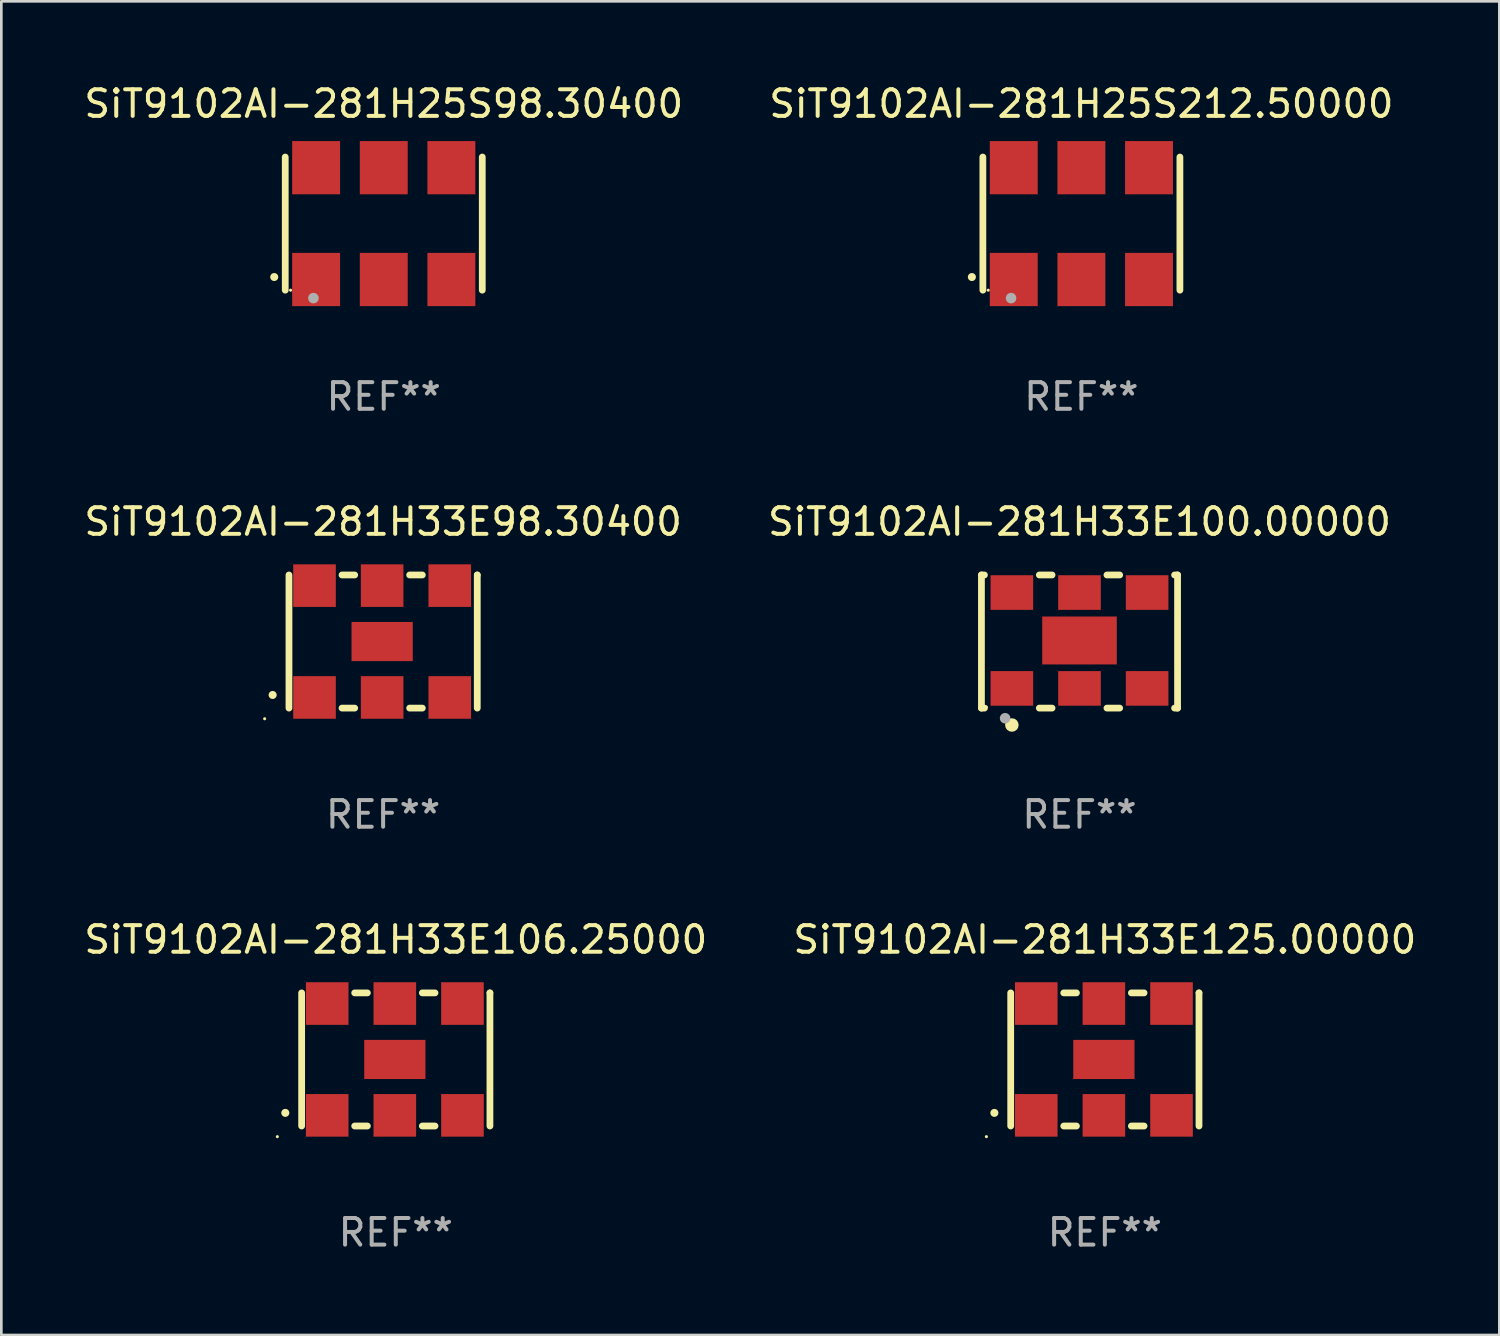
<source format=kicad_pcb>
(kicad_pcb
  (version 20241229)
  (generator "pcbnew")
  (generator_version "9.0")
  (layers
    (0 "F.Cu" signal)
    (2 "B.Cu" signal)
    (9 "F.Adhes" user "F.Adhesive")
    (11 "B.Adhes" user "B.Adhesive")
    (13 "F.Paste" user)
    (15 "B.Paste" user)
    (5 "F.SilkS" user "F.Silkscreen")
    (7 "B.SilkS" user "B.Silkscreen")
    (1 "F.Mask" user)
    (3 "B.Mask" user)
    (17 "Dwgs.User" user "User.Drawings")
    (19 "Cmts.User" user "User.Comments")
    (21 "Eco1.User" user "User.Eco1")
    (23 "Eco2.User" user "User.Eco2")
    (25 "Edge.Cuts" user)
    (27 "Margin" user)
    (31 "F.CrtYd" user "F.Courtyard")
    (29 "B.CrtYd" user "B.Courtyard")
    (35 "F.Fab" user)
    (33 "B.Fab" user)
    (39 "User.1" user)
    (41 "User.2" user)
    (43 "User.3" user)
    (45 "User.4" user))
  (footprint "SiT9102AI-281H33E125.00000"
    (layer "F.Cu")
    (at 38.446 36.741)
    (property "Reference" "SiT9102AI-281H33E125.00000" (at 0 -4.5 0) (layer "F.SilkS") (effects (font (size 1 1) (thickness 0.15))))
    (attr through_hole)
    (fp_line (start -3.536 -2.5) (end -3.536 2.5) (stroke (width 0.254) (type solid)) (layer "F.SilkS"))
    (fp_line (start -1.544 2.5) (end -1.067 2.5) (stroke (width 0.254) (type solid)) (layer "F.SilkS"))
    (fp_line (start -1.067 -2.5) (end -1.544 -2.5) (stroke (width 0.254) (type solid)) (layer "F.SilkS"))
    (fp_line (start 0.996 2.5) (end 1.473 2.5) (stroke (width 0.254) (type solid)) (layer "F.SilkS"))
    (fp_line (start 1.473 -2.5) (end 0.996 -2.5) (stroke (width 0.254) (type solid)) (layer "F.SilkS"))
    (fp_line (start 3.536 -2.5) (end 3.536 -2.5) (stroke (width 0.254) (type solid)) (layer "F.SilkS"))
    (fp_line (start 3.536 2.5) (end 3.536 -2.5) (stroke (width 0.254) (type solid)) (layer "F.SilkS"))
    (fp_arc (start -4.150432 2.006604) (mid -4.149162 2.006599) (end -4.147892 2.006604) (stroke (width 0.3) (type solid)) (layer "F.SilkS"))
    (fp_circle (center -4.449 2.9) (end -4.419 2.9) (stroke (width 0.06) (type solid)) (fill no) (layer "F.SilkS"))
    (fp_text user "REF**" (at 0 6.5 0) (layer "F.Fab") (effects (font (size 1 1) (thickness 0.15))))
    (pad "1" smd rect (at -2.576 2.1) (size 1.6 1.6) (layers "F.Cu" "F.Mask" "F.Paste"))
    (pad "2" smd rect (at -0.036 2.1) (size 1.6 1.6) (layers "F.Cu" "F.Mask" "F.Paste"))
    (pad "3" smd rect (at 2.504 2.1) (size 1.6 1.6) (layers "F.Cu" "F.Mask" "F.Paste"))
    (pad "4" smd rect (at 2.504 -2.1) (size 1.6 1.6) (layers "F.Cu" "F.Mask" "F.Paste"))
    (pad "5" smd rect (at -0.036 -2.1) (size 1.6 1.6) (layers "F.Cu" "F.Mask" "F.Paste"))
    (pad "6" smd rect (at -2.576 -2.1) (size 1.6 1.6) (layers "F.Cu" "F.Mask" "F.Paste"))
    (pad "7" smd rect (at -0.036 0) (size 2.3 1.47) (layers "F.Cu" "F.Mask" "F.Paste")))
  (footprint "SiT9102AI-281H33E98.30400"
    (layer "F.Cu")
    (at 11.339 21.045)
    (property "Reference" "SiT9102AI-281H33E98.30400" (at 0 -4.5 0) (layer "F.SilkS") (effects (font (size 1 1) (thickness 0.15))))
    (attr through_hole)
    (fp_line (start -3.536 -2.5) (end -3.536 2.5) (stroke (width 0.254) (type solid)) (layer "F.SilkS"))
    (fp_line (start -1.544 2.5) (end -1.067 2.5) (stroke (width 0.254) (type solid)) (layer "F.SilkS"))
    (fp_line (start -1.067 -2.5) (end -1.544 -2.5) (stroke (width 0.254) (type solid)) (layer "F.SilkS"))
    (fp_line (start 0.996 2.5) (end 1.473 2.5) (stroke (width 0.254) (type solid)) (layer "F.SilkS"))
    (fp_line (start 1.473 -2.5) (end 0.996 -2.5) (stroke (width 0.254) (type solid)) (layer "F.SilkS"))
    (fp_line (start 3.536 -2.5) (end 3.536 -2.5) (stroke (width 0.254) (type solid)) (layer "F.SilkS"))
    (fp_line (start 3.536 2.5) (end 3.536 -2.5) (stroke (width 0.254) (type solid)) (layer "F.SilkS"))
    (fp_arc (start -4.150432 2.006604) (mid -4.149162 2.006599) (end -4.147892 2.006604) (stroke (width 0.3) (type solid)) (layer "F.SilkS"))
    (fp_circle (center -4.449 2.9) (end -4.419 2.9) (stroke (width 0.06) (type solid)) (fill no) (layer "F.SilkS"))
    (fp_text user "REF**" (at 0 6.5 0) (layer "F.Fab") (effects (font (size 1 1) (thickness 0.15))))
    (pad "1" smd rect (at -2.576 2.1) (size 1.6 1.6) (layers "F.Cu" "F.Mask" "F.Paste"))
    (pad "2" smd rect (at -0.036 2.1) (size 1.6 1.6) (layers "F.Cu" "F.Mask" "F.Paste"))
    (pad "3" smd rect (at 2.504 2.1) (size 1.6 1.6) (layers "F.Cu" "F.Mask" "F.Paste"))
    (pad "4" smd rect (at 2.504 -2.1) (size 1.6 1.6) (layers "F.Cu" "F.Mask" "F.Paste"))
    (pad "5" smd rect (at -0.036 -2.1) (size 1.6 1.6) (layers "F.Cu" "F.Mask" "F.Paste"))
    (pad "6" smd rect (at -2.576 -2.1) (size 1.6 1.6) (layers "F.Cu" "F.Mask" "F.Paste"))
    (pad "7" smd rect (at -0.036 0) (size 2.3 1.47) (layers "F.Cu" "F.Mask" "F.Paste")))
  (footprint "SiT9102AI-281H33E106.25000"
    (layer "F.Cu")
    (at 11.815 36.741)
    (property "Reference" "SiT9102AI-281H33E106.25000" (at 0 -4.5 0) (layer "F.SilkS") (effects (font (size 1 1) (thickness 0.15))))
    (attr through_hole)
    (fp_line (start -3.536 -2.5) (end -3.536 2.5) (stroke (width 0.254) (type solid)) (layer "F.SilkS"))
    (fp_line (start -1.544 2.5) (end -1.067 2.5) (stroke (width 0.254) (type solid)) (layer "F.SilkS"))
    (fp_line (start -1.067 -2.5) (end -1.544 -2.5) (stroke (width 0.254) (type solid)) (layer "F.SilkS"))
    (fp_line (start 0.996 2.5) (end 1.473 2.5) (stroke (width 0.254) (type solid)) (layer "F.SilkS"))
    (fp_line (start 1.473 -2.5) (end 0.996 -2.5) (stroke (width 0.254) (type solid)) (layer "F.SilkS"))
    (fp_line (start 3.536 -2.5) (end 3.536 -2.5) (stroke (width 0.254) (type solid)) (layer "F.SilkS"))
    (fp_line (start 3.536 2.5) (end 3.536 -2.5) (stroke (width 0.254) (type solid)) (layer "F.SilkS"))
    (fp_arc (start -4.150432 2.006604) (mid -4.149162 2.006599) (end -4.147892 2.006604) (stroke (width 0.3) (type solid)) (layer "F.SilkS"))
    (fp_circle (center -4.449 2.9) (end -4.419 2.9) (stroke (width 0.06) (type solid)) (fill no) (layer "F.SilkS"))
    (fp_text user "REF**" (at 0 6.5 0) (layer "F.Fab") (effects (font (size 1 1) (thickness 0.15))))
    (pad "1" smd rect (at -2.576 2.1) (size 1.6 1.6) (layers "F.Cu" "F.Mask" "F.Paste"))
    (pad "2" smd rect (at -0.036 2.1) (size 1.6 1.6) (layers "F.Cu" "F.Mask" "F.Paste"))
    (pad "3" smd rect (at 2.504 2.1) (size 1.6 1.6) (layers "F.Cu" "F.Mask" "F.Paste"))
    (pad "4" smd rect (at 2.504 -2.1) (size 1.6 1.6) (layers "F.Cu" "F.Mask" "F.Paste"))
    (pad "5" smd rect (at -0.036 -2.1) (size 1.6 1.6) (layers "F.Cu" "F.Mask" "F.Paste"))
    (pad "6" smd rect (at -2.576 -2.1) (size 1.6 1.6) (layers "F.Cu" "F.Mask" "F.Paste"))
    (pad "7" smd rect (at -0.036 0) (size 2.3 1.47) (layers "F.Cu" "F.Mask" "F.Paste")))
  (footprint "SiT9102AI-281H33E100.00000"
    (layer "F.Cu")
    (at 37.494 21.045)
    (property "Reference" "SiT9102AI-281H33E100.00000" (at 0 -4.5 0) (layer "F.SilkS") (effects (font (size 1 1) (thickness 0.15))))
    (attr through_hole)
    (fp_line (start -3.683 -2.5) (end -3.571 -2.5) (stroke (width 0.254) (type solid)) (layer "F.SilkS"))
    (fp_line (start -3.683 2.5) (end -3.683 -2.5) (stroke (width 0.254) (type solid)) (layer "F.SilkS"))
    (fp_line (start -3.683 2.5) (end -3.571 2.5) (stroke (width 0.254) (type solid)) (layer "F.SilkS"))
    (fp_line (start -1.509 -2.5) (end -1.031 -2.5) (stroke (width 0.254) (type solid)) (layer "F.SilkS"))
    (fp_line (start -1.509 2.5) (end -1.031 2.5) (stroke (width 0.254) (type solid)) (layer "F.SilkS"))
    (fp_line (start 1.031 -2.5) (end 1.509 -2.5) (stroke (width 0.254) (type solid)) (layer "F.SilkS"))
    (fp_line (start 1.031 2.5) (end 1.509 2.5) (stroke (width 0.254) (type solid)) (layer "F.SilkS"))
    (fp_line (start 3.571 -2.5) (end 3.683 -2.5) (stroke (width 0.254) (type solid)) (layer "F.SilkS"))
    (fp_line (start 3.571 2.5) (end 3.683 2.5) (stroke (width 0.254) (type solid)) (layer "F.SilkS"))
    (fp_line (start 3.683 2.5) (end 3.683 -2.5) (stroke (width 0.254) (type solid)) (layer "F.SilkS"))
    (fp_circle (center -3.5 2.46) (end -3.47 2.46) (stroke (width 0.06) (type solid)) (fill no) (layer "F.SilkS"))
    (fp_circle (center -2.54 3.135) (end -2.413 3.135) (stroke (width 0.254) (type solid)) (fill no) (layer "F.SilkS"))
    (fp_circle (center -2.794 2.881) (end -2.694 2.881) (stroke (width 0.2) (type solid)) (fill no) (layer "F.Fab"))
    (fp_text user "REF**" (at 0 6.5 0) (layer "F.Fab") (effects (font (size 1 1) (thickness 0.15))))
    (pad "1" smd rect (at -2.54 1.76) (size 1.6 1.3) (layers "F.Cu" "F.Mask" "F.Paste"))
    (pad "2" smd rect (at 0 1.76) (size 1.6 1.3) (layers "F.Cu" "F.Mask" "F.Paste"))
    (pad "3" smd rect (at 2.54 1.76) (size 1.6 1.3) (layers "F.Cu" "F.Mask" "F.Paste"))
    (pad "4" smd rect (at 2.54 -1.84) (size 1.6 1.3) (layers "F.Cu" "F.Mask" "F.Paste"))
    (pad "5" smd rect (at 0 -1.84) (size 1.6 1.3) (layers "F.Cu" "F.Mask" "F.Paste"))
    (pad "6" smd rect (at -2.54 -1.84) (size 1.6 1.3) (layers "F.Cu" "F.Mask" "F.Paste"))
    (pad "7" smd rect (at 0 -0.04) (size 2.8 1.8) (layers "F.Cu" "F.Mask" "F.Paste")))
  (footprint "SiT9102AI-281H25S212.50000"
    (layer "F.Cu")
    (at 37.565 5.348)
    (property "Reference" "SiT9102AI-281H25S212.50000" (at 0 -4.5 0) (layer "F.SilkS") (effects (font (size 1 1) (thickness 0.15))))
    (attr through_hole)
    (fp_line (start -3.7 -2.5) (end -3.7 2.5) (stroke (width 0.254) (type solid)) (layer "F.SilkS"))
    (fp_line (start 3.7 -2.5) (end 3.7 2.5) (stroke (width 0.254) (type solid)) (layer "F.SilkS"))
    (fp_arc (start -4.114415 2.006604) (mid -4.113145 2.006599) (end -4.111875 2.006604) (stroke (width 0.3) (type solid)) (layer "F.SilkS"))
    (fp_circle (center -3.5 2.501) (end -3.47 2.501) (stroke (width 0.06) (type solid)) (fill no) (layer "F.SilkS"))
    (fp_circle (center -2.641 2.799) (end -2.541 2.799) (stroke (width 0.2) (type solid)) (fill no) (layer "F.Fab"))
    (fp_text user "REF**" (at 0 6.5 0) (layer "F.Fab") (effects (font (size 1 1) (thickness 0.15))))
    (pad "1" smd rect (at -2.54 2.1) (size 1.8 2) (layers "F.Cu" "F.Mask" "F.Paste"))
    (pad "2" smd rect (at 0.000394 2.1) (size 1.8 2) (layers "F.Cu" "F.Mask" "F.Paste"))
    (pad "3" smd rect (at 2.54 2.1) (size 1.8 2) (layers "F.Cu" "F.Mask" "F.Paste"))
    (pad "4" smd rect (at 2.54 -2.1) (size 1.8 2) (layers "F.Cu" "F.Mask" "F.Paste"))
    (pad "5" smd rect (at 0.000394 -2.1) (size 1.8 2) (layers "F.Cu" "F.Mask" "F.Paste"))
    (pad "6" smd rect (at -2.54 -2.1) (size 1.8 2) (layers "F.Cu" "F.Mask" "F.Paste")))
  (footprint "SiT9102AI-281H25S98.30400"
    (layer "F.Cu")
    (at 11.363 5.348)
    (property "Reference" "SiT9102AI-281H25S98.30400" (at 0 -4.5 0) (layer "F.SilkS") (effects (font (size 1 1) (thickness 0.15))))
    (attr through_hole)
    (fp_line (start -3.7 -2.5) (end -3.7 2.5) (stroke (width 0.254) (type solid)) (layer "F.SilkS"))
    (fp_line (start 3.7 -2.5) (end 3.7 2.5) (stroke (width 0.254) (type solid)) (layer "F.SilkS"))
    (fp_arc (start -4.114415 2.006604) (mid -4.113145 2.006599) (end -4.111875 2.006604) (stroke (width 0.3) (type solid)) (layer "F.SilkS"))
    (fp_circle (center -3.5 2.501) (end -3.47 2.501) (stroke (width 0.06) (type solid)) (fill no) (layer "F.SilkS"))
    (fp_circle (center -2.641 2.799) (end -2.541 2.799) (stroke (width 0.2) (type solid)) (fill no) (layer "F.Fab"))
    (fp_text user "REF**" (at 0 6.5 0) (layer "F.Fab") (effects (font (size 1 1) (thickness 0.15))))
    (pad "1" smd rect (at -2.54 2.1) (size 1.8 2) (layers "F.Cu" "F.Mask" "F.Paste"))
    (pad "2" smd rect (at 0.000394 2.1) (size 1.8 2) (layers "F.Cu" "F.Mask" "F.Paste"))
    (pad "3" smd rect (at 2.54 2.1) (size 1.8 2) (layers "F.Cu" "F.Mask" "F.Paste"))
    (pad "4" smd rect (at 2.54 -2.1) (size 1.8 2) (layers "F.Cu" "F.Mask" "F.Paste"))
    (pad "5" smd rect (at 0.000394 -2.1) (size 1.8 2) (layers "F.Cu" "F.Mask" "F.Paste"))
    (pad "6" smd rect (at -2.54 -2.1) (size 1.8 2) (layers "F.Cu" "F.Mask" "F.Paste")))
  (gr_rect
    (start -3 -3)
    (end 53.262 47.09)
    (stroke (width 0.1) (type default))
    (fill no)
    (layer "Edge.Cuts")))
</source>
